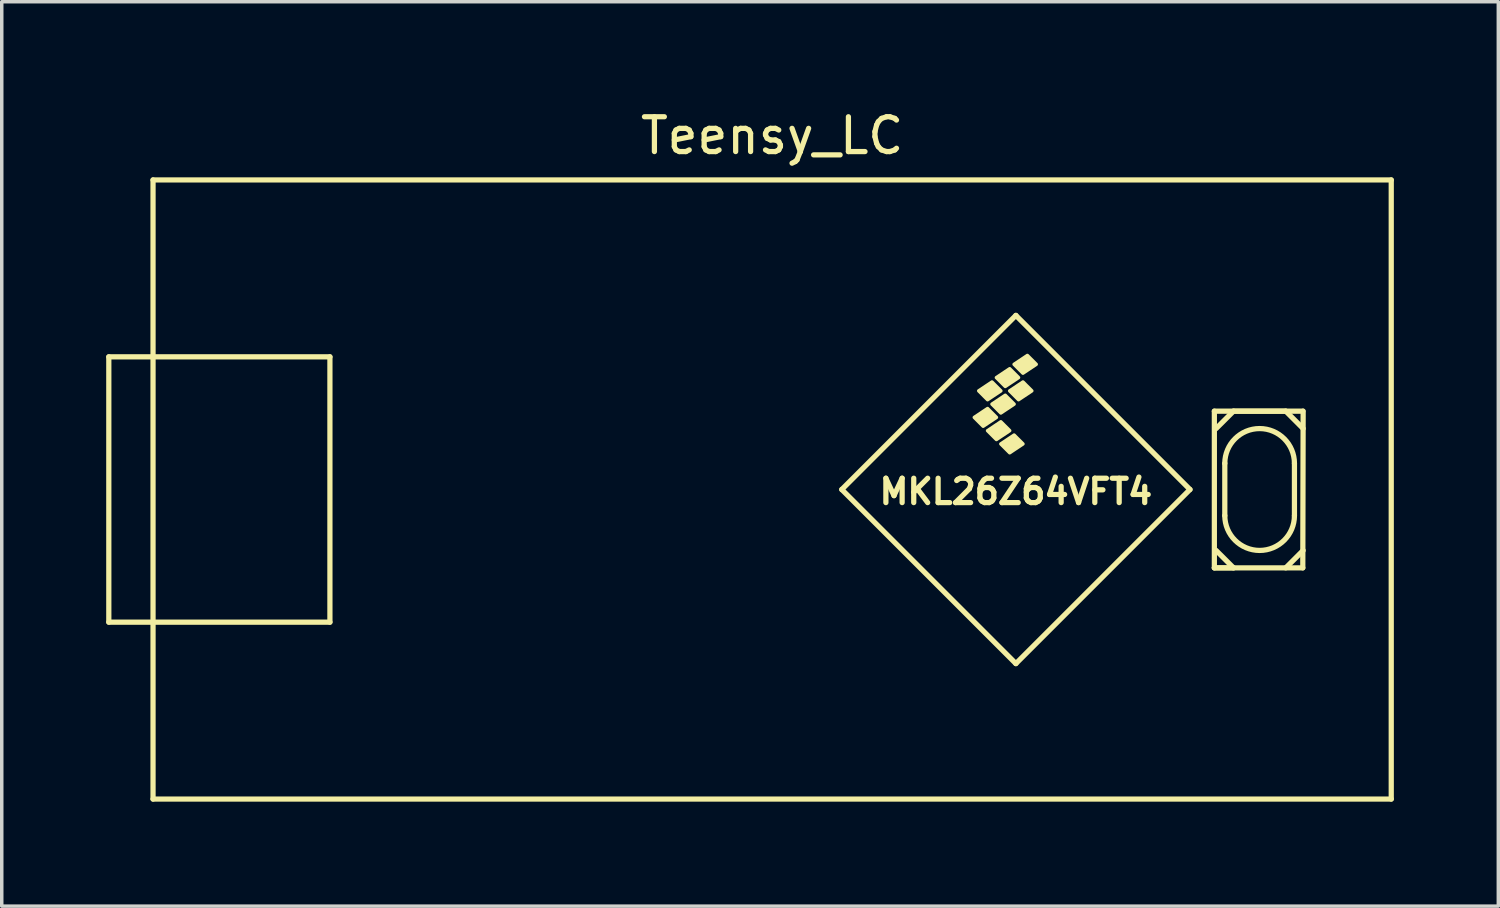
<source format=kicad_pcb>
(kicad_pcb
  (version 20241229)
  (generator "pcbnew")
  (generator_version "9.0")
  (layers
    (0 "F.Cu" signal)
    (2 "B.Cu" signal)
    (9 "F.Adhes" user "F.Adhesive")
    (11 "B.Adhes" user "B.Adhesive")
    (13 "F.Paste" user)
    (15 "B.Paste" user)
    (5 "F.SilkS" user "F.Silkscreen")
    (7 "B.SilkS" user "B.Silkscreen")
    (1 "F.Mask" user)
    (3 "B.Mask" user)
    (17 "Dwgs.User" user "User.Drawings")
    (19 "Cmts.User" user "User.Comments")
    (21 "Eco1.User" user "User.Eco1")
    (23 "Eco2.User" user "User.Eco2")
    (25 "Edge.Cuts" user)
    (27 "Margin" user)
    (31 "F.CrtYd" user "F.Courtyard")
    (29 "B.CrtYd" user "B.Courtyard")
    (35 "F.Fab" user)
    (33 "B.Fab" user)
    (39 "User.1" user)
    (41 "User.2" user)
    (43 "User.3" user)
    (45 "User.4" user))
  (footprint "Teensy_LC"
    (layer "F.Cu")
    (at 19.125 11.008)
    (property "Reference" "Teensy_LC" (at 0 -10.16 0) (layer "F.SilkS") (effects (font (size 1 1) (thickness 0.15))))
    (attr through_hole)
    (fp_line (start -19.05 -3.81) (end -17.78 -3.81) (stroke (width 0.15) (type solid)) (layer "F.SilkS"))
    (fp_line (start -19.05 3.81) (end -19.05 -3.81) (stroke (width 0.15) (type solid)) (layer "F.SilkS"))
    (fp_line (start -17.78 -8.89) (end 17.78 -8.89) (stroke (width 0.15) (type solid)) (layer "F.SilkS"))
    (fp_line (start -17.78 3.81) (end -19.05 3.81) (stroke (width 0.15) (type solid)) (layer "F.SilkS"))
    (fp_line (start -17.78 8.89) (end -17.78 -8.89) (stroke (width 0.15) (type solid)) (layer "F.SilkS"))
    (fp_line (start -12.7 -3.81) (end -17.78 -3.81) (stroke (width 0.15) (type solid)) (layer "F.SilkS"))
    (fp_line (start -12.7 3.81) (end -17.78 3.81) (stroke (width 0.15) (type solid)) (layer "F.SilkS"))
    (fp_line (start -12.7 3.81) (end -12.7 -3.81) (stroke (width 0.15) (type solid)) (layer "F.SilkS"))
    (fp_line (start 2 0) (end 7 5) (stroke (width 0.15) (type solid)) (layer "F.SilkS"))
    (fp_line (start 7 -5) (end 2 0) (stroke (width 0.15) (type solid)) (layer "F.SilkS"))
    (fp_line (start 7 5) (end 12 0) (stroke (width 0.15) (type solid)) (layer "F.SilkS"))
    (fp_line (start 12 0) (end 7 -5) (stroke (width 0.15) (type solid)) (layer "F.SilkS"))
    (fp_line (start 12.7 -2.25) (end 15.24 -2.25) (stroke (width 0.15) (type solid)) (layer "F.SilkS"))
    (fp_line (start 12.7 2.25) (end 12.7 -2.25) (stroke (width 0.15) (type solid)) (layer "F.SilkS"))
    (fp_line (start 12.7 2.25) (end 13.25 2.25) (stroke (width 0.15) (type solid)) (layer "F.SilkS"))
    (fp_line (start 12.75 -1.75) (end 13.25 -2.25) (stroke (width 0.15) (type solid)) (layer "F.SilkS"))
    (fp_line (start 13 -0.75) (end 13 0.75) (stroke (width 0.15) (type solid)) (layer "F.SilkS"))
    (fp_line (start 13.25 2.25) (end 12.75 1.75) (stroke (width 0.15) (type solid)) (layer "F.SilkS"))
    (fp_line (start 14.75 -2.25) (end 13.25 -2.25) (stroke (width 0.15) (type solid)) (layer "F.SilkS"))
    (fp_line (start 15 0.75) (end 15 -0.75) (stroke (width 0.15) (type solid)) (layer "F.SilkS"))
    (fp_line (start 15.24 2.25) (end 12.7 2.25) (stroke (width 0.15) (type solid)) (layer "F.SilkS"))
    (fp_line (start 15.25 -2.25) (end 15.24 2.25) (stroke (width 0.15) (type solid)) (layer "F.SilkS"))
    (fp_line (start 15.25 -1.75) (end 14.75 -2.25) (stroke (width 0.15) (type solid)) (layer "F.SilkS"))
    (fp_line (start 15.25 1.75) (end 14.75 2.25) (stroke (width 0.15) (type solid)) (layer "F.SilkS"))
    (fp_line (start 17.78 -8.89) (end 17.78 8.89) (stroke (width 0.15) (type solid)) (layer "F.SilkS"))
    (fp_line (start 17.78 8.89) (end -17.78 8.89) (stroke (width 0.15) (type solid)) (layer "F.SilkS"))
    (fp_arc (start 13 -0.75) (mid 14 -1.75) (end 15 -0.75) (stroke (width 0.15) (type solid)) (layer "F.SilkS"))
    (fp_arc (start 15 0.75) (mid 14 1.75) (end 13 0.75) (stroke (width 0.15) (type solid)) (layer "F.SilkS"))
    (fp_poly (pts (xy 6.06 -1.817) (xy 5.806 -2.071) (xy 6.187 -2.325) (xy 6.441 -2.071)) (stroke (width 0.1) (type solid)) (fill yes) (layer "F.SilkS"))
    (fp_poly (pts (xy 6.187 -2.579) (xy 5.933 -2.833) (xy 6.314 -3.087) (xy 6.568 -2.833)) (stroke (width 0.1) (type solid)) (fill yes) (layer "F.SilkS"))
    (fp_poly (pts (xy 6.441 -1.436) (xy 6.187 -1.69) (xy 6.568 -1.944) (xy 6.822 -1.69)) (stroke (width 0.1) (type solid)) (fill yes) (layer "F.SilkS"))
    (fp_poly (pts (xy 6.568 -2.198) (xy 6.314 -2.452) (xy 6.695 -2.706) (xy 6.949 -2.452)) (stroke (width 0.1) (type solid)) (fill yes) (layer "F.SilkS"))
    (fp_poly (pts (xy 6.695 -2.96) (xy 6.441 -3.214) (xy 6.822 -3.468) (xy 7.076 -3.214)) (stroke (width 0.1) (type solid)) (fill yes) (layer "F.SilkS"))
    (fp_poly (pts (xy 6.822 -1.055) (xy 6.568 -1.309) (xy 6.949 -1.563) (xy 7.203 -1.309)) (stroke (width 0.1) (type solid)) (fill yes) (layer "F.SilkS"))
    (fp_poly (pts (xy 7.076 -2.579) (xy 6.822 -2.833) (xy 7.203 -3.087) (xy 7.457 -2.833)) (stroke (width 0.1) (type solid)) (fill yes) (layer "F.SilkS"))
    (fp_poly (pts (xy 7.203 -3.341) (xy 6.949 -3.595) (xy 7.33 -3.849) (xy 7.584 -3.595)) (stroke (width 0.1) (type solid)) (fill yes) (layer "F.SilkS"))
    (fp_text user "MKL26Z64VFT4" (at 7 0.06 0) (layer "F.SilkS") (effects (font (size 0.7 0.7) (thickness 0.15)))))
  (gr_rect
    (start -3 -3)
    (end 39.98 22.973)
    (stroke (width 0.1) (type default))
    (fill no)
    (layer "Edge.Cuts")))
</source>
